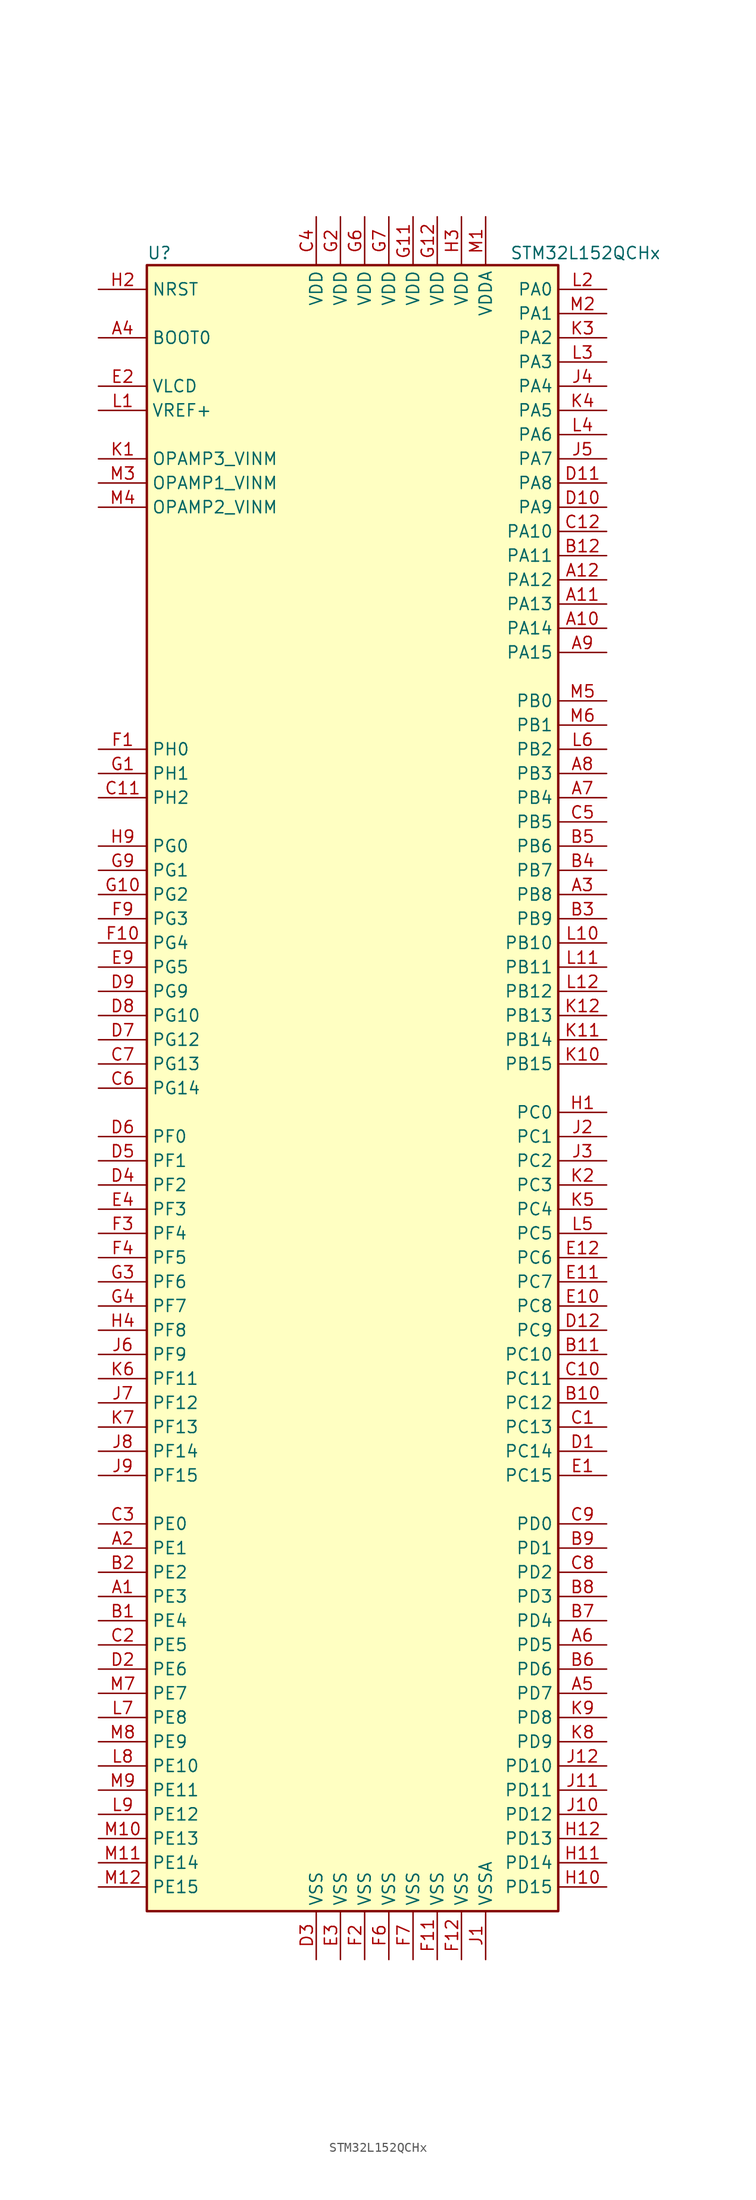
<source format=kicad_sym>
(kicad_symbol_lib
  (version 20201005)
  (generator kicad_symbol_editor)
  (symbol "MCU_ST_STM32L1:STM32L152QCHx"
    (property "Reference" "U"
      (at -22.86 87.63 0)
      (effects (font (size 1.27 1.27)) (justify left)))
    (property "Value" "STM32L152QCHx"
      (at 15.24 87.63 0)
      (effects (font (size 1.27 1.27)) (justify left)))
    (symbol "STM32L152QCHx_0_1"
      (rectangle (start -22.86 -86.36) (end 20.32 86.36) (stroke (width 0.254)) (fill (type background))))
    (symbol "STM32L152QCHx_1_1"
      (pin input line (at -27.94 78.74 0) (length 5.08) (name "BOOT0" (effects (font (size 1.27 1.27)))) (number "A4" (effects (font (size 1.27 1.27)))))
      (pin input line (at -27.94 83.82 0) (length 5.08) (name "NRST" (effects (font (size 1.27 1.27)))) (number "H2" (effects (font (size 1.27 1.27)))))
      (pin bidirectional line (at -27.94 63.5 0) (length 5.08) (name "OPAMP1_VINM" (effects (font (size 1.27 1.27)))) (number "M3" (effects (font (size 1.27 1.27)))))
      (pin bidirectional line (at -27.94 60.96 0) (length 5.08) (name "OPAMP2_VINM" (effects (font (size 1.27 1.27)))) (number "M4" (effects (font (size 1.27 1.27)))))
      (pin bidirectional line (at -27.94 66.04 0) (length 5.08) (name "OPAMP3_VINM" (effects (font (size 1.27 1.27)))) (number "K1" (effects (font (size 1.27 1.27)))))
      (pin bidirectional line (at 25.4 83.82 180) (length 5.08) (name "PA0" (effects (font (size 1.27 1.27)))) (number "L2" (effects (font (size 1.27 1.27)))))
      (pin bidirectional line (at 25.4 81.28 180) (length 5.08) (name "PA1" (effects (font (size 1.27 1.27)))) (number "M2" (effects (font (size 1.27 1.27)))))
      (pin bidirectional line (at 25.4 58.42 180) (length 5.08) (name "PA10" (effects (font (size 1.27 1.27)))) (number "C12" (effects (font (size 1.27 1.27)))))
      (pin bidirectional line (at 25.4 55.88 180) (length 5.08) (name "PA11" (effects (font (size 1.27 1.27)))) (number "B12" (effects (font (size 1.27 1.27)))))
      (pin bidirectional line (at 25.4 53.34 180) (length 5.08) (name "PA12" (effects (font (size 1.27 1.27)))) (number "A12" (effects (font (size 1.27 1.27)))))
      (pin bidirectional line (at 25.4 50.8 180) (length 5.08) (name "PA13" (effects (font (size 1.27 1.27)))) (number "A11" (effects (font (size 1.27 1.27)))))
      (pin bidirectional line (at 25.4 48.26 180) (length 5.08) (name "PA14" (effects (font (size 1.27 1.27)))) (number "A10" (effects (font (size 1.27 1.27)))))
      (pin bidirectional line (at 25.4 45.72 180) (length 5.08) (name "PA15" (effects (font (size 1.27 1.27)))) (number "A9" (effects (font (size 1.27 1.27)))))
      (pin bidirectional line (at 25.4 78.74 180) (length 5.08) (name "PA2" (effects (font (size 1.27 1.27)))) (number "K3" (effects (font (size 1.27 1.27)))))
      (pin bidirectional line (at 25.4 76.2 180) (length 5.08) (name "PA3" (effects (font (size 1.27 1.27)))) (number "L3" (effects (font (size 1.27 1.27)))))
      (pin bidirectional line (at 25.4 73.66 180) (length 5.08) (name "PA4" (effects (font (size 1.27 1.27)))) (number "J4" (effects (font (size 1.27 1.27)))))
      (pin bidirectional line (at 25.4 71.12 180) (length 5.08) (name "PA5" (effects (font (size 1.27 1.27)))) (number "K4" (effects (font (size 1.27 1.27)))))
      (pin bidirectional line (at 25.4 68.58 180) (length 5.08) (name "PA6" (effects (font (size 1.27 1.27)))) (number "L4" (effects (font (size 1.27 1.27)))))
      (pin bidirectional line (at 25.4 66.04 180) (length 5.08) (name "PA7" (effects (font (size 1.27 1.27)))) (number "J5" (effects (font (size 1.27 1.27)))))
      (pin bidirectional line (at 25.4 63.5 180) (length 5.08) (name "PA8" (effects (font (size 1.27 1.27)))) (number "D11" (effects (font (size 1.27 1.27)))))
      (pin bidirectional line (at 25.4 60.96 180) (length 5.08) (name "PA9" (effects (font (size 1.27 1.27)))) (number "D10" (effects (font (size 1.27 1.27)))))
      (pin bidirectional line (at 25.4 40.64 180) (length 5.08) (name "PB0" (effects (font (size 1.27 1.27)))) (number "M5" (effects (font (size 1.27 1.27)))))
      (pin bidirectional line (at 25.4 38.1 180) (length 5.08) (name "PB1" (effects (font (size 1.27 1.27)))) (number "M6" (effects (font (size 1.27 1.27)))))
      (pin bidirectional line (at 25.4 15.24 180) (length 5.08) (name "PB10" (effects (font (size 1.27 1.27)))) (number "L10" (effects (font (size 1.27 1.27)))))
      (pin bidirectional line (at 25.4 12.7 180) (length 5.08) (name "PB11" (effects (font (size 1.27 1.27)))) (number "L11" (effects (font (size 1.27 1.27)))))
      (pin bidirectional line (at 25.4 10.16 180) (length 5.08) (name "PB12" (effects (font (size 1.27 1.27)))) (number "L12" (effects (font (size 1.27 1.27)))))
      (pin bidirectional line (at 25.4 7.62 180) (length 5.08) (name "PB13" (effects (font (size 1.27 1.27)))) (number "K12" (effects (font (size 1.27 1.27)))))
      (pin bidirectional line (at 25.4 5.08 180) (length 5.08) (name "PB14" (effects (font (size 1.27 1.27)))) (number "K11" (effects (font (size 1.27 1.27)))))
      (pin bidirectional line (at 25.4 2.54 180) (length 5.08) (name "PB15" (effects (font (size 1.27 1.27)))) (number "K10" (effects (font (size 1.27 1.27)))))
      (pin bidirectional line (at 25.4 35.56 180) (length 5.08) (name "PB2" (effects (font (size 1.27 1.27)))) (number "L6" (effects (font (size 1.27 1.27)))))
      (pin bidirectional line (at 25.4 33.02 180) (length 5.08) (name "PB3" (effects (font (size 1.27 1.27)))) (number "A8" (effects (font (size 1.27 1.27)))))
      (pin bidirectional line (at 25.4 30.48 180) (length 5.08) (name "PB4" (effects (font (size 1.27 1.27)))) (number "A7" (effects (font (size 1.27 1.27)))))
      (pin bidirectional line (at 25.4 27.94 180) (length 5.08) (name "PB5" (effects (font (size 1.27 1.27)))) (number "C5" (effects (font (size 1.27 1.27)))))
      (pin bidirectional line (at 25.4 25.4 180) (length 5.08) (name "PB6" (effects (font (size 1.27 1.27)))) (number "B5" (effects (font (size 1.27 1.27)))))
      (pin bidirectional line (at 25.4 22.86 180) (length 5.08) (name "PB7" (effects (font (size 1.27 1.27)))) (number "B4" (effects (font (size 1.27 1.27)))))
      (pin bidirectional line (at 25.4 20.32 180) (length 5.08) (name "PB8" (effects (font (size 1.27 1.27)))) (number "A3" (effects (font (size 1.27 1.27)))))
      (pin bidirectional line (at 25.4 17.78 180) (length 5.08) (name "PB9" (effects (font (size 1.27 1.27)))) (number "B3" (effects (font (size 1.27 1.27)))))
      (pin bidirectional line (at 25.4 -2.54 180) (length 5.08) (name "PC0" (effects (font (size 1.27 1.27)))) (number "H1" (effects (font (size 1.27 1.27)))))
      (pin bidirectional line (at 25.4 -5.08 180) (length 5.08) (name "PC1" (effects (font (size 1.27 1.27)))) (number "J2" (effects (font (size 1.27 1.27)))))
      (pin bidirectional line (at 25.4 -27.94 180) (length 5.08) (name "PC10" (effects (font (size 1.27 1.27)))) (number "B11" (effects (font (size 1.27 1.27)))))
      (pin bidirectional line (at 25.4 -30.48 180) (length 5.08) (name "PC11" (effects (font (size 1.27 1.27)))) (number "C10" (effects (font (size 1.27 1.27)))))
      (pin bidirectional line (at 25.4 -33.02 180) (length 5.08) (name "PC12" (effects (font (size 1.27 1.27)))) (number "B10" (effects (font (size 1.27 1.27)))))
      (pin bidirectional line (at 25.4 -35.56 180) (length 5.08) (name "PC13" (effects (font (size 1.27 1.27)))) (number "C1" (effects (font (size 1.27 1.27)))))
      (pin bidirectional line (at 25.4 -38.1 180) (length 5.08) (name "PC14" (effects (font (size 1.27 1.27)))) (number "D1" (effects (font (size 1.27 1.27)))))
      (pin bidirectional line (at 25.4 -40.64 180) (length 5.08) (name "PC15" (effects (font (size 1.27 1.27)))) (number "E1" (effects (font (size 1.27 1.27)))))
      (pin bidirectional line (at 25.4 -7.62 180) (length 5.08) (name "PC2" (effects (font (size 1.27 1.27)))) (number "J3" (effects (font (size 1.27 1.27)))))
      (pin bidirectional line (at 25.4 -10.16 180) (length 5.08) (name "PC3" (effects (font (size 1.27 1.27)))) (number "K2" (effects (font (size 1.27 1.27)))))
      (pin bidirectional line (at 25.4 -12.7 180) (length 5.08) (name "PC4" (effects (font (size 1.27 1.27)))) (number "K5" (effects (font (size 1.27 1.27)))))
      (pin bidirectional line (at 25.4 -15.24 180) (length 5.08) (name "PC5" (effects (font (size 1.27 1.27)))) (number "L5" (effects (font (size 1.27 1.27)))))
      (pin bidirectional line (at 25.4 -17.78 180) (length 5.08) (name "PC6" (effects (font (size 1.27 1.27)))) (number "E12" (effects (font (size 1.27 1.27)))))
      (pin bidirectional line (at 25.4 -20.32 180) (length 5.08) (name "PC7" (effects (font (size 1.27 1.27)))) (number "E11" (effects (font (size 1.27 1.27)))))
      (pin bidirectional line (at 25.4 -22.86 180) (length 5.08) (name "PC8" (effects (font (size 1.27 1.27)))) (number "E10" (effects (font (size 1.27 1.27)))))
      (pin bidirectional line (at 25.4 -25.4 180) (length 5.08) (name "PC9" (effects (font (size 1.27 1.27)))) (number "D12" (effects (font (size 1.27 1.27)))))
      (pin bidirectional line (at 25.4 -45.72 180) (length 5.08) (name "PD0" (effects (font (size 1.27 1.27)))) (number "C9" (effects (font (size 1.27 1.27)))))
      (pin bidirectional line (at 25.4 -48.26 180) (length 5.08) (name "PD1" (effects (font (size 1.27 1.27)))) (number "B9" (effects (font (size 1.27 1.27)))))
      (pin bidirectional line (at 25.4 -71.12 180) (length 5.08) (name "PD10" (effects (font (size 1.27 1.27)))) (number "J12" (effects (font (size 1.27 1.27)))))
      (pin bidirectional line (at 25.4 -73.66 180) (length 5.08) (name "PD11" (effects (font (size 1.27 1.27)))) (number "J11" (effects (font (size 1.27 1.27)))))
      (pin bidirectional line (at 25.4 -76.2 180) (length 5.08) (name "PD12" (effects (font (size 1.27 1.27)))) (number "J10" (effects (font (size 1.27 1.27)))))
      (pin bidirectional line (at 25.4 -78.74 180) (length 5.08) (name "PD13" (effects (font (size 1.27 1.27)))) (number "H12" (effects (font (size 1.27 1.27)))))
      (pin bidirectional line (at 25.4 -81.28 180) (length 5.08) (name "PD14" (effects (font (size 1.27 1.27)))) (number "H11" (effects (font (size 1.27 1.27)))))
      (pin bidirectional line (at 25.4 -83.82 180) (length 5.08) (name "PD15" (effects (font (size 1.27 1.27)))) (number "H10" (effects (font (size 1.27 1.27)))))
      (pin bidirectional line (at 25.4 -50.8 180) (length 5.08) (name "PD2" (effects (font (size 1.27 1.27)))) (number "C8" (effects (font (size 1.27 1.27)))))
      (pin bidirectional line (at 25.4 -53.34 180) (length 5.08) (name "PD3" (effects (font (size 1.27 1.27)))) (number "B8" (effects (font (size 1.27 1.27)))))
      (pin bidirectional line (at 25.4 -55.88 180) (length 5.08) (name "PD4" (effects (font (size 1.27 1.27)))) (number "B7" (effects (font (size 1.27 1.27)))))
      (pin bidirectional line (at 25.4 -58.42 180) (length 5.08) (name "PD5" (effects (font (size 1.27 1.27)))) (number "A6" (effects (font (size 1.27 1.27)))))
      (pin bidirectional line (at 25.4 -60.96 180) (length 5.08) (name "PD6" (effects (font (size 1.27 1.27)))) (number "B6" (effects (font (size 1.27 1.27)))))
      (pin bidirectional line (at 25.4 -63.5 180) (length 5.08) (name "PD7" (effects (font (size 1.27 1.27)))) (number "A5" (effects (font (size 1.27 1.27)))))
      (pin bidirectional line (at 25.4 -66.04 180) (length 5.08) (name "PD8" (effects (font (size 1.27 1.27)))) (number "K9" (effects (font (size 1.27 1.27)))))
      (pin bidirectional line (at 25.4 -68.58 180) (length 5.08) (name "PD9" (effects (font (size 1.27 1.27)))) (number "K8" (effects (font (size 1.27 1.27)))))
      (pin bidirectional line (at -27.94 -45.72 0) (length 5.08) (name "PE0" (effects (font (size 1.27 1.27)))) (number "C3" (effects (font (size 1.27 1.27)))))
      (pin bidirectional line (at -27.94 -48.26 0) (length 5.08) (name "PE1" (effects (font (size 1.27 1.27)))) (number "A2" (effects (font (size 1.27 1.27)))))
      (pin bidirectional line (at -27.94 -71.12 0) (length 5.08) (name "PE10" (effects (font (size 1.27 1.27)))) (number "L8" (effects (font (size 1.27 1.27)))))
      (pin bidirectional line (at -27.94 -73.66 0) (length 5.08) (name "PE11" (effects (font (size 1.27 1.27)))) (number "M9" (effects (font (size 1.27 1.27)))))
      (pin bidirectional line (at -27.94 -76.2 0) (length 5.08) (name "PE12" (effects (font (size 1.27 1.27)))) (number "L9" (effects (font (size 1.27 1.27)))))
      (pin bidirectional line (at -27.94 -78.74 0) (length 5.08) (name "PE13" (effects (font (size 1.27 1.27)))) (number "M10" (effects (font (size 1.27 1.27)))))
      (pin bidirectional line (at -27.94 -81.28 0) (length 5.08) (name "PE14" (effects (font (size 1.27 1.27)))) (number "M11" (effects (font (size 1.27 1.27)))))
      (pin bidirectional line (at -27.94 -83.82 0) (length 5.08) (name "PE15" (effects (font (size 1.27 1.27)))) (number "M12" (effects (font (size 1.27 1.27)))))
      (pin bidirectional line (at -27.94 -50.8 0) (length 5.08) (name "PE2" (effects (font (size 1.27 1.27)))) (number "B2" (effects (font (size 1.27 1.27)))))
      (pin bidirectional line (at -27.94 -53.34 0) (length 5.08) (name "PE3" (effects (font (size 1.27 1.27)))) (number "A1" (effects (font (size 1.27 1.27)))))
      (pin bidirectional line (at -27.94 -55.88 0) (length 5.08) (name "PE4" (effects (font (size 1.27 1.27)))) (number "B1" (effects (font (size 1.27 1.27)))))
      (pin bidirectional line (at -27.94 -58.42 0) (length 5.08) (name "PE5" (effects (font (size 1.27 1.27)))) (number "C2" (effects (font (size 1.27 1.27)))))
      (pin bidirectional line (at -27.94 -60.96 0) (length 5.08) (name "PE6" (effects (font (size 1.27 1.27)))) (number "D2" (effects (font (size 1.27 1.27)))))
      (pin bidirectional line (at -27.94 -63.5 0) (length 5.08) (name "PE7" (effects (font (size 1.27 1.27)))) (number "M7" (effects (font (size 1.27 1.27)))))
      (pin bidirectional line (at -27.94 -66.04 0) (length 5.08) (name "PE8" (effects (font (size 1.27 1.27)))) (number "L7" (effects (font (size 1.27 1.27)))))
      (pin bidirectional line (at -27.94 -68.58 0) (length 5.08) (name "PE9" (effects (font (size 1.27 1.27)))) (number "M8" (effects (font (size 1.27 1.27)))))
      (pin bidirectional line (at -27.94 -5.08 0) (length 5.08) (name "PF0" (effects (font (size 1.27 1.27)))) (number "D6" (effects (font (size 1.27 1.27)))))
      (pin bidirectional line (at -27.94 -7.62 0) (length 5.08) (name "PF1" (effects (font (size 1.27 1.27)))) (number "D5" (effects (font (size 1.27 1.27)))))
      (pin bidirectional line (at -27.94 -30.48 0) (length 5.08) (name "PF11" (effects (font (size 1.27 1.27)))) (number "K6" (effects (font (size 1.27 1.27)))))
      (pin bidirectional line (at -27.94 -33.02 0) (length 5.08) (name "PF12" (effects (font (size 1.27 1.27)))) (number "J7" (effects (font (size 1.27 1.27)))))
      (pin bidirectional line (at -27.94 -35.56 0) (length 5.08) (name "PF13" (effects (font (size 1.27 1.27)))) (number "K7" (effects (font (size 1.27 1.27)))))
      (pin bidirectional line (at -27.94 -38.1 0) (length 5.08) (name "PF14" (effects (font (size 1.27 1.27)))) (number "J8" (effects (font (size 1.27 1.27)))))
      (pin bidirectional line (at -27.94 -40.64 0) (length 5.08) (name "PF15" (effects (font (size 1.27 1.27)))) (number "J9" (effects (font (size 1.27 1.27)))))
      (pin bidirectional line (at -27.94 -10.16 0) (length 5.08) (name "PF2" (effects (font (size 1.27 1.27)))) (number "D4" (effects (font (size 1.27 1.27)))))
      (pin bidirectional line (at -27.94 -12.7 0) (length 5.08) (name "PF3" (effects (font (size 1.27 1.27)))) (number "E4" (effects (font (size 1.27 1.27)))))
      (pin bidirectional line (at -27.94 -15.24 0) (length 5.08) (name "PF4" (effects (font (size 1.27 1.27)))) (number "F3" (effects (font (size 1.27 1.27)))))
      (pin bidirectional line (at -27.94 -17.78 0) (length 5.08) (name "PF5" (effects (font (size 1.27 1.27)))) (number "F4" (effects (font (size 1.27 1.27)))))
      (pin bidirectional line (at -27.94 -20.32 0) (length 5.08) (name "PF6" (effects (font (size 1.27 1.27)))) (number "G3" (effects (font (size 1.27 1.27)))))
      (pin bidirectional line (at -27.94 -22.86 0) (length 5.08) (name "PF7" (effects (font (size 1.27 1.27)))) (number "G4" (effects (font (size 1.27 1.27)))))
      (pin bidirectional line (at -27.94 -25.4 0) (length 5.08) (name "PF8" (effects (font (size 1.27 1.27)))) (number "H4" (effects (font (size 1.27 1.27)))))
      (pin bidirectional line (at -27.94 -27.94 0) (length 5.08) (name "PF9" (effects (font (size 1.27 1.27)))) (number "J6" (effects (font (size 1.27 1.27)))))
      (pin bidirectional line (at -27.94 25.4 0) (length 5.08) (name "PG0" (effects (font (size 1.27 1.27)))) (number "H9" (effects (font (size 1.27 1.27)))))
      (pin bidirectional line (at -27.94 22.86 0) (length 5.08) (name "PG1" (effects (font (size 1.27 1.27)))) (number "G9" (effects (font (size 1.27 1.27)))))
      (pin bidirectional line (at -27.94 7.62 0) (length 5.08) (name "PG10" (effects (font (size 1.27 1.27)))) (number "D8" (effects (font (size 1.27 1.27)))))
      (pin bidirectional line (at -27.94 5.08 0) (length 5.08) (name "PG12" (effects (font (size 1.27 1.27)))) (number "D7" (effects (font (size 1.27 1.27)))))
      (pin bidirectional line (at -27.94 2.54 0) (length 5.08) (name "PG13" (effects (font (size 1.27 1.27)))) (number "C7" (effects (font (size 1.27 1.27)))))
      (pin bidirectional line (at -27.94 0 0) (length 5.08) (name "PG14" (effects (font (size 1.27 1.27)))) (number "C6" (effects (font (size 1.27 1.27)))))
      (pin bidirectional line (at -27.94 20.32 0) (length 5.08) (name "PG2" (effects (font (size 1.27 1.27)))) (number "G10" (effects (font (size 1.27 1.27)))))
      (pin bidirectional line (at -27.94 17.78 0) (length 5.08) (name "PG3" (effects (font (size 1.27 1.27)))) (number "F9" (effects (font (size 1.27 1.27)))))
      (pin bidirectional line (at -27.94 15.24 0) (length 5.08) (name "PG4" (effects (font (size 1.27 1.27)))) (number "F10" (effects (font (size 1.27 1.27)))))
      (pin bidirectional line (at -27.94 12.7 0) (length 5.08) (name "PG5" (effects (font (size 1.27 1.27)))) (number "E9" (effects (font (size 1.27 1.27)))))
      (pin bidirectional line (at -27.94 10.16 0) (length 5.08) (name "PG9" (effects (font (size 1.27 1.27)))) (number "D9" (effects (font (size 1.27 1.27)))))
      (pin input line (at -27.94 35.56 0) (length 5.08) (name "PH0" (effects (font (size 1.27 1.27)))) (number "F1" (effects (font (size 1.27 1.27)))))
      (pin input line (at -27.94 33.02 0) (length 5.08) (name "PH1" (effects (font (size 1.27 1.27)))) (number "G1" (effects (font (size 1.27 1.27)))))
      (pin bidirectional line (at -27.94 30.48 0) (length 5.08) (name "PH2" (effects (font (size 1.27 1.27)))) (number "C11" (effects (font (size 1.27 1.27)))))
      (pin power_in line (at -5.08 91.44 270) (length 5.08) (name "VDD" (effects (font (size 1.27 1.27)))) (number "C4" (effects (font (size 1.27 1.27)))))
      (pin power_in line (at 5.08 91.44 270) (length 5.08) (name "VDD" (effects (font (size 1.27 1.27)))) (number "G11" (effects (font (size 1.27 1.27)))))
      (pin power_in line (at 7.62 91.44 270) (length 5.08) (name "VDD" (effects (font (size 1.27 1.27)))) (number "G12" (effects (font (size 1.27 1.27)))))
      (pin power_in line (at -2.54 91.44 270) (length 5.08) (name "VDD" (effects (font (size 1.27 1.27)))) (number "G2" (effects (font (size 1.27 1.27)))))
      (pin power_in line (at 0 91.44 270) (length 5.08) (name "VDD" (effects (font (size 1.27 1.27)))) (number "G6" (effects (font (size 1.27 1.27)))))
      (pin power_in line (at 2.54 91.44 270) (length 5.08) (name "VDD" (effects (font (size 1.27 1.27)))) (number "G7" (effects (font (size 1.27 1.27)))))
      (pin power_in line (at 10.16 91.44 270) (length 5.08) (name "VDD" (effects (font (size 1.27 1.27)))) (number "H3" (effects (font (size 1.27 1.27)))))
      (pin power_in line (at 12.7 91.44 270) (length 5.08) (name "VDDA" (effects (font (size 1.27 1.27)))) (number "M1" (effects (font (size 1.27 1.27)))))
      (pin power_in line (at -27.94 73.66 0) (length 5.08) (name "VLCD" (effects (font (size 1.27 1.27)))) (number "E2" (effects (font (size 1.27 1.27)))))
      (pin power_in line (at -27.94 71.12 0) (length 5.08) (name "VREF+" (effects (font (size 1.27 1.27)))) (number "L1" (effects (font (size 1.27 1.27)))))
      (pin power_in line (at -5.08 -91.44 90) (length 5.08) (name "VSS" (effects (font (size 1.27 1.27)))) (number "D3" (effects (font (size 1.27 1.27)))))
      (pin power_in line (at -2.54 -91.44 90) (length 5.08) (name "VSS" (effects (font (size 1.27 1.27)))) (number "E3" (effects (font (size 1.27 1.27)))))
      (pin power_in line (at 7.62 -91.44 90) (length 5.08) (name "VSS" (effects (font (size 1.27 1.27)))) (number "F11" (effects (font (size 1.27 1.27)))))
      (pin power_in line (at 10.16 -91.44 90) (length 5.08) (name "VSS" (effects (font (size 1.27 1.27)))) (number "F12" (effects (font (size 1.27 1.27)))))
      (pin power_in line (at 0 -91.44 90) (length 5.08) (name "VSS" (effects (font (size 1.27 1.27)))) (number "F2" (effects (font (size 1.27 1.27)))))
      (pin power_in line (at 2.54 -91.44 90) (length 5.08) (name "VSS" (effects (font (size 1.27 1.27)))) (number "F6" (effects (font (size 1.27 1.27)))))
      (pin power_in line (at 5.08 -91.44 90) (length 5.08) (name "VSS" (effects (font (size 1.27 1.27)))) (number "F7" (effects (font (size 1.27 1.27)))))
      (pin power_in line (at 12.7 -91.44 90) (length 5.08) (name "VSSA" (effects (font (size 1.27 1.27)))) (number "J1" (effects (font (size 1.27 1.27))))))))
</source>
